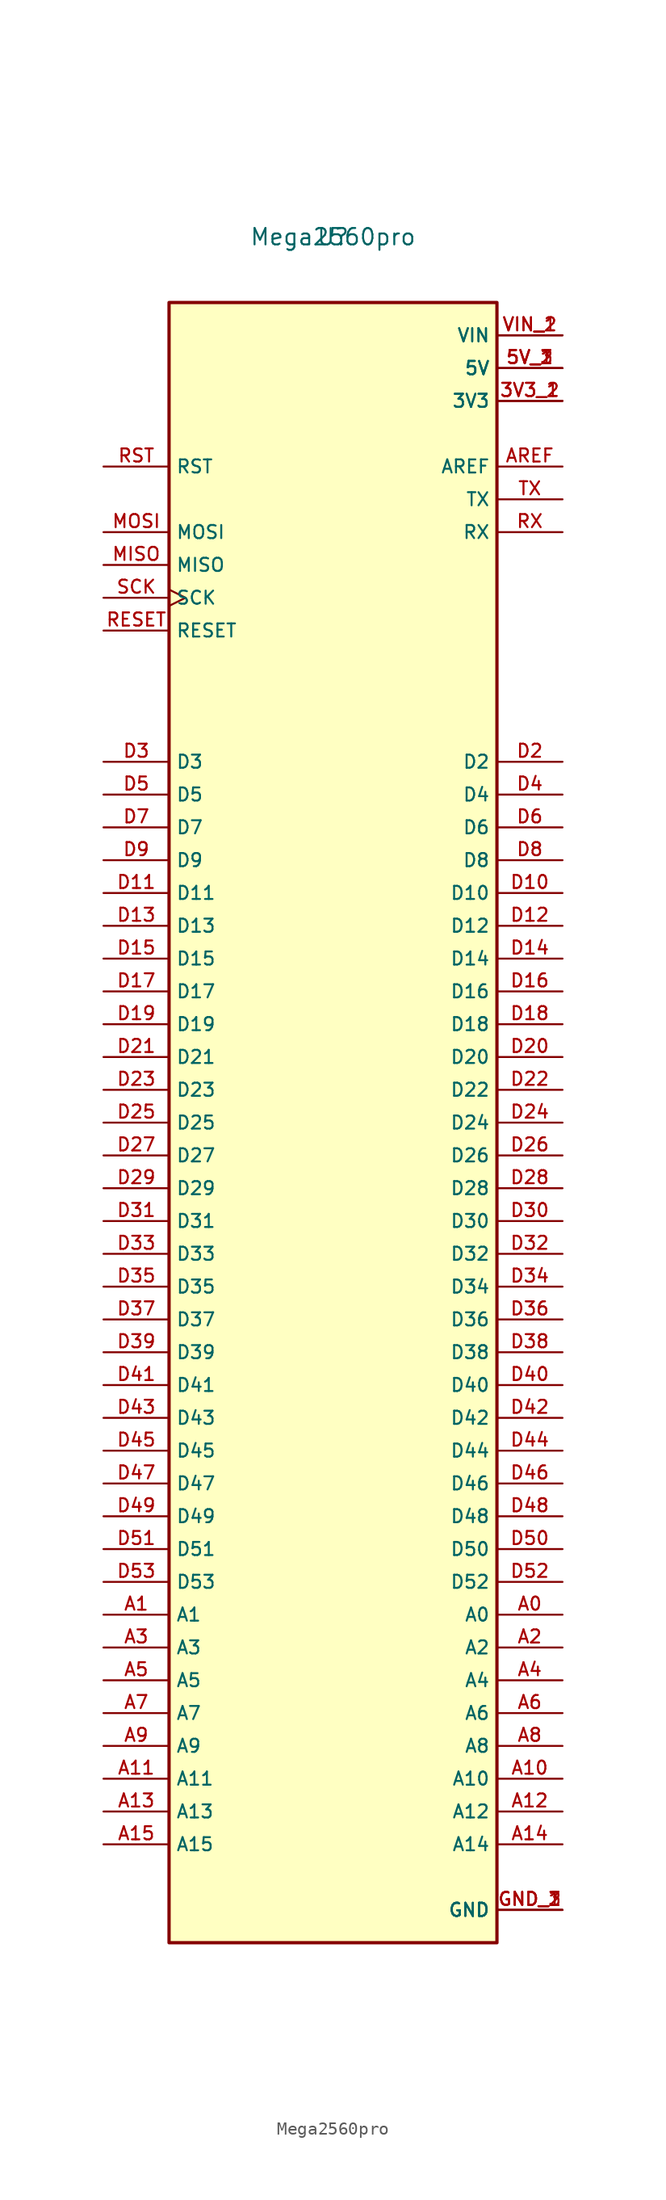
<source format=kicad_sym>
(kicad_symbol_lib
  (version 20211014)
  (generator kicad_symbol_editor)
  (symbol "Mega2560pro"
    (property "Reference" "U"
      (at 0 0 0)
      (effects (font (size 1.27 1.27))))
    (property "Value" "Mega2560pro"
      (at 0 0 0)
      (effects (font (size 1.27 1.27))))
    (symbol "Mega2560pro_0_0"
      (rectangle (start -12.7 -132.08) (end 12.7 -5.08) (stroke (width 0.254) (type default) (color 0 0 0 0)) (fill (type background)))
      (pin power_in line (at 17.78 -12.7 180) (length 5.08) (name "3V3" (effects (font (size 1.016 1.016)))) (number "3V3_1" (effects (font (size 1.016 1.016)))))
      (pin power_in line (at 17.78 -12.7 180) (length 5.08) (name "3V3" (effects (font (size 1.016 1.016)))) (number "3V3_2" (effects (font (size 1.016 1.016)))))
      (pin power_in line (at 17.78 -10.16 180) (length 5.08) (name "5V" (effects (font (size 1.016 1.016)))) (number "5V_1" (effects (font (size 1.016 1.016)))))
      (pin power_in line (at 17.78 -10.16 180) (length 5.08) (name "5V" (effects (font (size 1.016 1.016)))) (number "5V_2" (effects (font (size 1.016 1.016)))))
      (pin power_in line (at 17.78 -10.16 180) (length 5.08) (name "5V" (effects (font (size 1.016 1.016)))) (number "5V_3" (effects (font (size 1.016 1.016)))))
      (pin bidirectional line (at 17.78 -106.68 180) (length 5.08) (name "A0" (effects (font (size 1.016 1.016)))) (number "A0" (effects (font (size 1.016 1.016)))))
      (pin bidirectional line (at -17.78 -106.68 0) (length 5.08) (name "A1" (effects (font (size 1.016 1.016)))) (number "A1" (effects (font (size 1.016 1.016)))))
      (pin bidirectional line (at 17.78 -119.38 180) (length 5.08) (name "A10" (effects (font (size 1.016 1.016)))) (number "A10" (effects (font (size 1.016 1.016)))))
      (pin bidirectional line (at -17.78 -119.38 0) (length 5.08) (name "A11" (effects (font (size 1.016 1.016)))) (number "A11" (effects (font (size 1.016 1.016)))))
      (pin bidirectional line (at 17.78 -121.92 180) (length 5.08) (name "A12" (effects (font (size 1.016 1.016)))) (number "A12" (effects (font (size 1.016 1.016)))))
      (pin bidirectional line (at -17.78 -121.92 0) (length 5.08) (name "A13" (effects (font (size 1.016 1.016)))) (number "A13" (effects (font (size 1.016 1.016)))))
      (pin bidirectional line (at 17.78 -124.46 180) (length 5.08) (name "A14" (effects (font (size 1.016 1.016)))) (number "A14" (effects (font (size 1.016 1.016)))))
      (pin bidirectional line (at -17.78 -124.46 0) (length 5.08) (name "A15" (effects (font (size 1.016 1.016)))) (number "A15" (effects (font (size 1.016 1.016)))))
      (pin bidirectional line (at 17.78 -109.22 180) (length 5.08) (name "A2" (effects (font (size 1.016 1.016)))) (number "A2" (effects (font (size 1.016 1.016)))))
      (pin bidirectional line (at -17.78 -109.22 0) (length 5.08) (name "A3" (effects (font (size 1.016 1.016)))) (number "A3" (effects (font (size 1.016 1.016)))))
      (pin bidirectional line (at 17.78 -111.76 180) (length 5.08) (name "A4" (effects (font (size 1.016 1.016)))) (number "A4" (effects (font (size 1.016 1.016)))))
      (pin bidirectional line (at -17.78 -111.76 0) (length 5.08) (name "A5" (effects (font (size 1.016 1.016)))) (number "A5" (effects (font (size 1.016 1.016)))))
      (pin bidirectional line (at 17.78 -114.3 180) (length 5.08) (name "A6" (effects (font (size 1.016 1.016)))) (number "A6" (effects (font (size 1.016 1.016)))))
      (pin bidirectional line (at -17.78 -114.3 0) (length 5.08) (name "A7" (effects (font (size 1.016 1.016)))) (number "A7" (effects (font (size 1.016 1.016)))))
      (pin bidirectional line (at 17.78 -116.84 180) (length 5.08) (name "A8" (effects (font (size 1.016 1.016)))) (number "A8" (effects (font (size 1.016 1.016)))))
      (pin bidirectional line (at -17.78 -116.84 0) (length 5.08) (name "A9" (effects (font (size 1.016 1.016)))) (number "A9" (effects (font (size 1.016 1.016)))))
      (pin bidirectional line (at 17.78 -17.78 180) (length 5.08) (name "AREF" (effects (font (size 1.016 1.016)))) (number "AREF" (effects (font (size 1.016 1.016)))))
      (pin bidirectional line (at 17.78 -50.8 180) (length 5.08) (name "D10" (effects (font (size 1.016 1.016)))) (number "D10" (effects (font (size 1.016 1.016)))))
      (pin bidirectional line (at -17.78 -50.8 0) (length 5.08) (name "D11" (effects (font (size 1.016 1.016)))) (number "D11" (effects (font (size 1.016 1.016)))))
      (pin bidirectional line (at 17.78 -53.34 180) (length 5.08) (name "D12" (effects (font (size 1.016 1.016)))) (number "D12" (effects (font (size 1.016 1.016)))))
      (pin bidirectional line (at -17.78 -53.34 0) (length 5.08) (name "D13" (effects (font (size 1.016 1.016)))) (number "D13" (effects (font (size 1.016 1.016)))))
      (pin bidirectional line (at 17.78 -55.88 180) (length 5.08) (name "D14" (effects (font (size 1.016 1.016)))) (number "D14" (effects (font (size 1.016 1.016)))))
      (pin bidirectional line (at -17.78 -55.88 0) (length 5.08) (name "D15" (effects (font (size 1.016 1.016)))) (number "D15" (effects (font (size 1.016 1.016)))))
      (pin bidirectional line (at 17.78 -58.42 180) (length 5.08) (name "D16" (effects (font (size 1.016 1.016)))) (number "D16" (effects (font (size 1.016 1.016)))))
      (pin bidirectional line (at -17.78 -58.42 0) (length 5.08) (name "D17" (effects (font (size 1.016 1.016)))) (number "D17" (effects (font (size 1.016 1.016)))))
      (pin bidirectional line (at 17.78 -60.96 180) (length 5.08) (name "D18" (effects (font (size 1.016 1.016)))) (number "D18" (effects (font (size 1.016 1.016)))))
      (pin bidirectional line (at -17.78 -60.96 0) (length 5.08) (name "D19" (effects (font (size 1.016 1.016)))) (number "D19" (effects (font (size 1.016 1.016)))))
      (pin bidirectional line (at 17.78 -40.64 180) (length 5.08) (name "D2" (effects (font (size 1.016 1.016)))) (number "D2" (effects (font (size 1.016 1.016)))))
      (pin bidirectional line (at 17.78 -63.5 180) (length 5.08) (name "D20" (effects (font (size 1.016 1.016)))) (number "D20" (effects (font (size 1.016 1.016)))))
      (pin bidirectional line (at -17.78 -63.5 0) (length 5.08) (name "D21" (effects (font (size 1.016 1.016)))) (number "D21" (effects (font (size 1.016 1.016)))))
      (pin bidirectional line (at 17.78 -66.04 180) (length 5.08) (name "D22" (effects (font (size 1.016 1.016)))) (number "D22" (effects (font (size 1.016 1.016)))))
      (pin bidirectional line (at -17.78 -66.04 0) (length 5.08) (name "D23" (effects (font (size 1.016 1.016)))) (number "D23" (effects (font (size 1.016 1.016)))))
      (pin bidirectional line (at 17.78 -68.58 180) (length 5.08) (name "D24" (effects (font (size 1.016 1.016)))) (number "D24" (effects (font (size 1.016 1.016)))))
      (pin bidirectional line (at -17.78 -68.58 0) (length 5.08) (name "D25" (effects (font (size 1.016 1.016)))) (number "D25" (effects (font (size 1.016 1.016)))))
      (pin bidirectional line (at 17.78 -71.12 180) (length 5.08) (name "D26" (effects (font (size 1.016 1.016)))) (number "D26" (effects (font (size 1.016 1.016)))))
      (pin bidirectional line (at -17.78 -71.12 0) (length 5.08) (name "D27" (effects (font (size 1.016 1.016)))) (number "D27" (effects (font (size 1.016 1.016)))))
      (pin bidirectional line (at 17.78 -73.66 180) (length 5.08) (name "D28" (effects (font (size 1.016 1.016)))) (number "D28" (effects (font (size 1.016 1.016)))))
      (pin bidirectional line (at -17.78 -73.66 0) (length 5.08) (name "D29" (effects (font (size 1.016 1.016)))) (number "D29" (effects (font (size 1.016 1.016)))))
      (pin bidirectional line (at -17.78 -40.64 0) (length 5.08) (name "D3" (effects (font (size 1.016 1.016)))) (number "D3" (effects (font (size 1.016 1.016)))))
      (pin bidirectional line (at 17.78 -76.2 180) (length 5.08) (name "D30" (effects (font (size 1.016 1.016)))) (number "D30" (effects (font (size 1.016 1.016)))))
      (pin bidirectional line (at -17.78 -76.2 0) (length 5.08) (name "D31" (effects (font (size 1.016 1.016)))) (number "D31" (effects (font (size 1.016 1.016)))))
      (pin bidirectional line (at 17.78 -78.74 180) (length 5.08) (name "D32" (effects (font (size 1.016 1.016)))) (number "D32" (effects (font (size 1.016 1.016)))))
      (pin bidirectional line (at -17.78 -78.74 0) (length 5.08) (name "D33" (effects (font (size 1.016 1.016)))) (number "D33" (effects (font (size 1.016 1.016)))))
      (pin bidirectional line (at 17.78 -81.28 180) (length 5.08) (name "D34" (effects (font (size 1.016 1.016)))) (number "D34" (effects (font (size 1.016 1.016)))))
      (pin bidirectional line (at -17.78 -81.28 0) (length 5.08) (name "D35" (effects (font (size 1.016 1.016)))) (number "D35" (effects (font (size 1.016 1.016)))))
      (pin bidirectional line (at 17.78 -83.82 180) (length 5.08) (name "D36" (effects (font (size 1.016 1.016)))) (number "D36" (effects (font (size 1.016 1.016)))))
      (pin bidirectional line (at -17.78 -83.82 0) (length 5.08) (name "D37" (effects (font (size 1.016 1.016)))) (number "D37" (effects (font (size 1.016 1.016)))))
      (pin bidirectional line (at 17.78 -86.36 180) (length 5.08) (name "D38" (effects (font (size 1.016 1.016)))) (number "D38" (effects (font (size 1.016 1.016)))))
      (pin bidirectional line (at -17.78 -86.36 0) (length 5.08) (name "D39" (effects (font (size 1.016 1.016)))) (number "D39" (effects (font (size 1.016 1.016)))))
      (pin bidirectional line (at 17.78 -43.18 180) (length 5.08) (name "D4" (effects (font (size 1.016 1.016)))) (number "D4" (effects (font (size 1.016 1.016)))))
      (pin bidirectional line (at 17.78 -88.9 180) (length 5.08) (name "D40" (effects (font (size 1.016 1.016)))) (number "D40" (effects (font (size 1.016 1.016)))))
      (pin bidirectional line (at -17.78 -88.9 0) (length 5.08) (name "D41" (effects (font (size 1.016 1.016)))) (number "D41" (effects (font (size 1.016 1.016)))))
      (pin bidirectional line (at 17.78 -91.44 180) (length 5.08) (name "D42" (effects (font (size 1.016 1.016)))) (number "D42" (effects (font (size 1.016 1.016)))))
      (pin bidirectional line (at -17.78 -91.44 0) (length 5.08) (name "D43" (effects (font (size 1.016 1.016)))) (number "D43" (effects (font (size 1.016 1.016)))))
      (pin bidirectional line (at 17.78 -93.98 180) (length 5.08) (name "D44" (effects (font (size 1.016 1.016)))) (number "D44" (effects (font (size 1.016 1.016)))))
      (pin bidirectional line (at -17.78 -93.98 0) (length 5.08) (name "D45" (effects (font (size 1.016 1.016)))) (number "D45" (effects (font (size 1.016 1.016)))))
      (pin bidirectional line (at 17.78 -96.52 180) (length 5.08) (name "D46" (effects (font (size 1.016 1.016)))) (number "D46" (effects (font (size 1.016 1.016)))))
      (pin bidirectional line (at -17.78 -96.52 0) (length 5.08) (name "D47" (effects (font (size 1.016 1.016)))) (number "D47" (effects (font (size 1.016 1.016)))))
      (pin bidirectional line (at 17.78 -99.06 180) (length 5.08) (name "D48" (effects (font (size 1.016 1.016)))) (number "D48" (effects (font (size 1.016 1.016)))))
      (pin bidirectional line (at -17.78 -99.06 0) (length 5.08) (name "D49" (effects (font (size 1.016 1.016)))) (number "D49" (effects (font (size 1.016 1.016)))))
      (pin bidirectional line (at -17.78 -43.18 0) (length 5.08) (name "D5" (effects (font (size 1.016 1.016)))) (number "D5" (effects (font (size 1.016 1.016)))))
      (pin bidirectional line (at 17.78 -101.6 180) (length 5.08) (name "D50" (effects (font (size 1.016 1.016)))) (number "D50" (effects (font (size 1.016 1.016)))))
      (pin bidirectional line (at -17.78 -101.6 0) (length 5.08) (name "D51" (effects (font (size 1.016 1.016)))) (number "D51" (effects (font (size 1.016 1.016)))))
      (pin bidirectional line (at 17.78 -104.14 180) (length 5.08) (name "D52" (effects (font (size 1.016 1.016)))) (number "D52" (effects (font (size 1.016 1.016)))))
      (pin bidirectional line (at -17.78 -104.14 0) (length 5.08) (name "D53" (effects (font (size 1.016 1.016)))) (number "D53" (effects (font (size 1.016 1.016)))))
      (pin bidirectional line (at 17.78 -45.72 180) (length 5.08) (name "D6" (effects (font (size 1.016 1.016)))) (number "D6" (effects (font (size 1.016 1.016)))))
      (pin bidirectional line (at -17.78 -45.72 0) (length 5.08) (name "D7" (effects (font (size 1.016 1.016)))) (number "D7" (effects (font (size 1.016 1.016)))))
      (pin bidirectional line (at 17.78 -48.26 180) (length 5.08) (name "D8" (effects (font (size 1.016 1.016)))) (number "D8" (effects (font (size 1.016 1.016)))))
      (pin bidirectional line (at -17.78 -48.26 0) (length 5.08) (name "D9" (effects (font (size 1.016 1.016)))) (number "D9" (effects (font (size 1.016 1.016)))))
      (pin power_in line (at 17.78 -129.54 180) (length 5.08) (name "GND" (effects (font (size 1.016 1.016)))) (number "GND_1" (effects (font (size 1.016 1.016)))))
      (pin power_in line (at 17.78 -129.54 180) (length 5.08) (name "GND" (effects (font (size 1.016 1.016)))) (number "GND_2" (effects (font (size 1.016 1.016)))))
      (pin power_in line (at 17.78 -129.54 180) (length 5.08) (name "GND" (effects (font (size 1.016 1.016)))) (number "GND_3" (effects (font (size 1.016 1.016)))))
      (pin bidirectional line (at -17.78 -25.4 0) (length 5.08) (name "MISO" (effects (font (size 1.016 1.016)))) (number "MISO" (effects (font (size 1.016 1.016)))))
      (pin bidirectional line (at -17.78 -22.86 0) (length 5.08) (name "MOSI" (effects (font (size 1.016 1.016)))) (number "MOSI" (effects (font (size 1.016 1.016)))))
      (pin input line (at -17.78 -30.48 0) (length 5.08) (name "RESET" (effects (font (size 1.016 1.016)))) (number "RESET" (effects (font (size 1.016 1.016)))))
      (pin input line (at -17.78 -17.78 0) (length 5.08) (name "RST" (effects (font (size 1.016 1.016)))) (number "RST" (effects (font (size 1.016 1.016)))))
      (pin input line (at 17.78 -22.86 180) (length 5.08) (name "RX" (effects (font (size 1.016 1.016)))) (number "RX" (effects (font (size 1.016 1.016)))))
      (pin bidirectional clock (at -17.78 -27.94 0) (length 5.08) (name "SCK" (effects (font (size 1.016 1.016)))) (number "SCK" (effects (font (size 1.016 1.016)))))
      (pin output line (at 17.78 -20.32 180) (length 5.08) (name "TX" (effects (font (size 1.016 1.016)))) (number "TX" (effects (font (size 1.016 1.016)))))
      (pin output line (at 17.78 -7.62 180) (length 5.08) (name "VIN" (effects (font (size 1.016 1.016)))) (number "VIN_1" (effects (font (size 1.016 1.016)))))
      (pin output line (at 17.78 -7.62 180) (length 5.08) (name "VIN" (effects (font (size 1.016 1.016)))) (number "VIN_2" (effects (font (size 1.016 1.016))))))))
</source>
